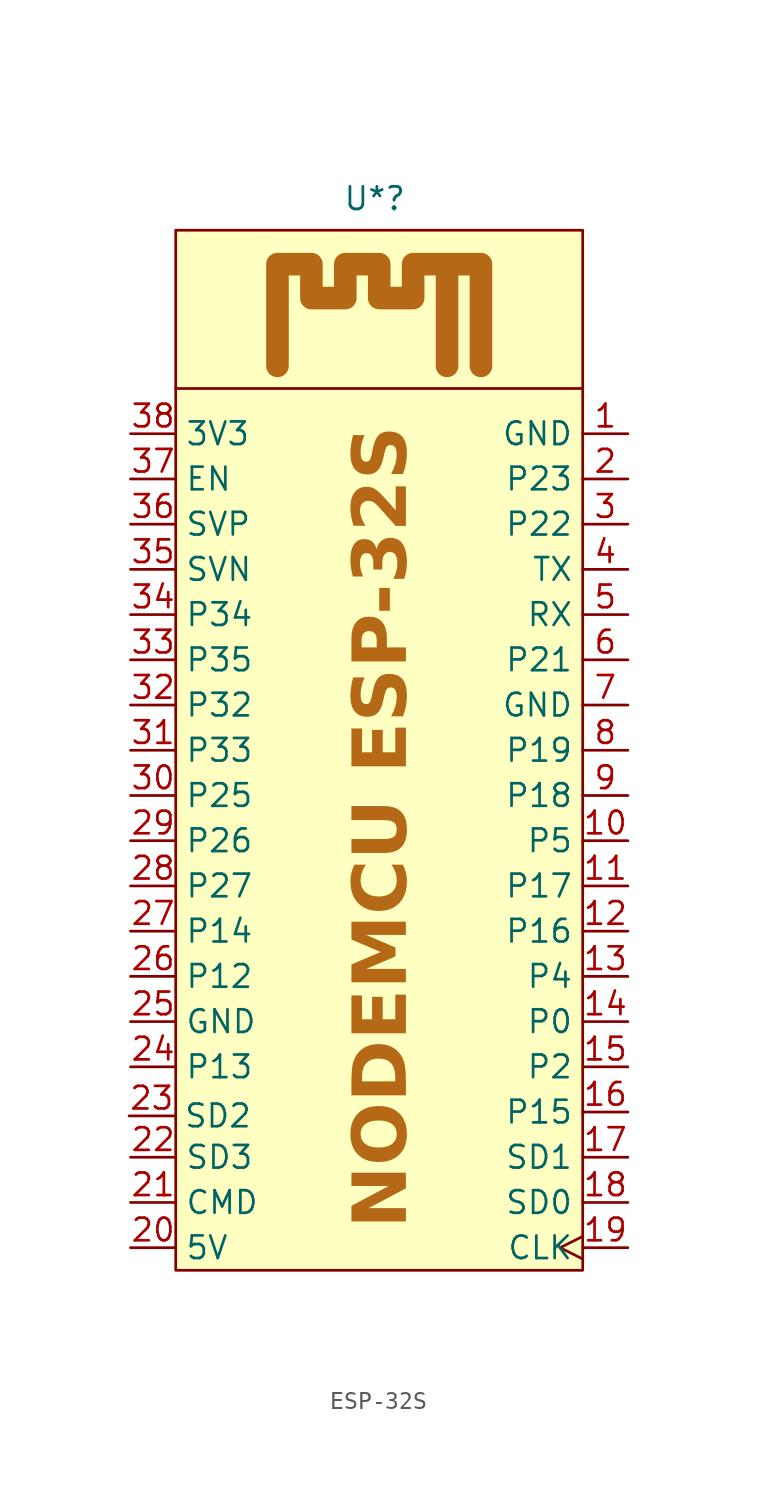
<source format=kicad_sym>
(kicad_symbol_lib
  (version 20231120)
  (generator "kicad_symbol_editor")
  (generator_version "8.0")
  (symbol "ESP-32S"
    (property "Reference" "U*"
      (at 11.176 60.198 0)
      (effects (font (size 1.27 1.27))))
    (property "Value" ""
      (at 0 0 0)
      (effects (font (size 1.27 1.27))))
    (symbol "ESP-32S_1_1"
      (polyline (pts (xy 0 49.53) (xy 22.86 49.53)) (stroke (width 0) (type default)) (fill (type none)))
      (polyline (pts (xy 17.145 50.8) (xy 17.145 56.515) (xy 15.24 56.515) (xy 15.24 50.8) (xy 15.24 56.515) (xy 13.335 56.515) (xy 13.335 54.61) (xy 11.43 54.61) (xy 11.43 56.515) (xy 9.525 56.515) (xy 9.525 54.61) (xy 7.62 54.61) (xy 7.62 56.515) (xy 5.715 56.515) (xy 5.715 50.8)) (stroke (width 1.27) (type default) (color 181 105 23 1)) (fill (type none)))
      (rectangle (start 0 58.42) (end 22.86 0) (stroke (width 0) (type default)) (fill (type background)))
      (text "NODEMCU ESP-32S\n" (at 11.684 24.892 900) (effects (font (face "Arial Rounded MT Bold") (size 3 3) (bold yes) (color 181 105 23 1))))
      (pin power_in line (at 25.4 46.99 180) (length 2.54) (name "GND" (effects (font (size 1.27 1.27)))) (number "1" (effects (font (size 1.27 1.27)))))
      (pin bidirectional line (at 25.4 24.13 180) (length 2.54) (name "P5" (effects (font (size 1.27 1.27)))) (number "10" (effects (font (size 1.27 1.27)))))
      (pin bidirectional line (at 25.4 21.59 180) (length 2.54) (name "P17" (effects (font (size 1.27 1.27)))) (number "11" (effects (font (size 1.27 1.27)))))
      (pin bidirectional line (at 25.4 19.05 180) (length 2.54) (name "P16" (effects (font (size 1.27 1.27)))) (number "12" (effects (font (size 1.27 1.27)))))
      (pin bidirectional line (at 25.4 16.51 180) (length 2.54) (name "P4" (effects (font (size 1.27 1.27)))) (number "13" (effects (font (size 1.27 1.27)))))
      (pin bidirectional line (at 25.4 13.97 180) (length 2.54) (name "P0" (effects (font (size 1.27 1.27)))) (number "14" (effects (font (size 1.27 1.27)))))
      (pin bidirectional line (at 25.4 11.43 180) (length 2.54) (name "P2" (effects (font (size 1.27 1.27)))) (number "15" (effects (font (size 1.27 1.27)))))
      (pin bidirectional line (at 25.4 8.89 180) (length 2.54) (name "P15" (effects (font (size 1.27 1.27)))) (number "16" (effects (font (size 1.27 1.27)))))
      (pin bidirectional line (at 25.4 6.35 180) (length 2.54) (name "SD1" (effects (font (size 1.27 1.27)))) (number "17" (effects (font (size 1.27 1.27)))))
      (pin bidirectional line (at 25.4 3.81 180) (length 2.54) (name "SD0" (effects (font (size 1.27 1.27)))) (number "18" (effects (font (size 1.27 1.27)))))
      (pin input clock (at 25.4 1.27 180) (length 2.54) (name "CLK" (effects (font (size 1.27 1.27)))) (number "19" (effects (font (size 1.27 1.27)))))
      (pin bidirectional line (at 25.4 44.45 180) (length 2.54) (name "P23" (effects (font (size 1.27 1.27)))) (number "2" (effects (font (size 1.27 1.27)))))
      (pin power_out line (at -2.54 1.27 0) (length 2.54) (name "5V" (effects (font (size 1.27 1.27)))) (number "20" (effects (font (size 1.27 1.27)))))
      (pin bidirectional line (at -2.54 3.81 0) (length 2.54) (name "CMD" (effects (font (size 1.27 1.27)))) (number "21" (effects (font (size 1.27 1.27)))))
      (pin bidirectional line (at -2.54 6.35 0) (length 2.54) (name "SD3" (effects (font (size 1.27 1.27)))) (number "22" (effects (font (size 1.27 1.27)))))
      (pin bidirectional line (at -2.62 8.674 0) (length 2.54) (name "SD2" (effects (font (size 1.27 1.27)))) (number "23" (effects (font (size 1.27 1.27)))))
      (pin bidirectional line (at -2.54 11.43 0) (length 2.54) (name "P13" (effects (font (size 1.27 1.27)))) (number "24" (effects (font (size 1.27 1.27)))))
      (pin power_in line (at -2.54 13.97 0) (length 2.54) (name "GND" (effects (font (size 1.27 1.27)))) (number "25" (effects (font (size 1.27 1.27)))))
      (pin bidirectional line (at -2.54 16.51 0) (length 2.54) (name "P12" (effects (font (size 1.27 1.27)))) (number "26" (effects (font (size 1.27 1.27)))))
      (pin bidirectional line (at -2.54 19.05 0) (length 2.54) (name "P14" (effects (font (size 1.27 1.27)))) (number "27" (effects (font (size 1.27 1.27)))))
      (pin bidirectional line (at -2.54 21.59 0) (length 2.54) (name "P27" (effects (font (size 1.27 1.27)))) (number "28" (effects (font (size 1.27 1.27)))))
      (pin bidirectional line (at -2.54 24.13 0) (length 2.54) (name "P26" (effects (font (size 1.27 1.27)))) (number "29" (effects (font (size 1.27 1.27)))))
      (pin bidirectional line (at 25.4 41.91 180) (length 2.54) (name "P22" (effects (font (size 1.27 1.27)))) (number "3" (effects (font (size 1.27 1.27)))))
      (pin bidirectional line (at -2.54 26.67 0) (length 2.54) (name "P25" (effects (font (size 1.27 1.27)))) (number "30" (effects (font (size 1.27 1.27)))))
      (pin bidirectional line (at -2.54 29.21 0) (length 2.54) (name "P33" (effects (font (size 1.27 1.27)))) (number "31" (effects (font (size 1.27 1.27)))))
      (pin bidirectional line (at -2.54 31.75 0) (length 2.54) (name "P32" (effects (font (size 1.27 1.27)))) (number "32" (effects (font (size 1.27 1.27)))))
      (pin bidirectional line (at -2.54 34.29 0) (length 2.54) (name "P35" (effects (font (size 1.27 1.27)))) (number "33" (effects (font (size 1.27 1.27)))))
      (pin bidirectional line (at -2.54 36.83 0) (length 2.54) (name "P34" (effects (font (size 1.27 1.27)))) (number "34" (effects (font (size 1.27 1.27)))))
      (pin bidirectional line (at -2.54 39.37 0) (length 2.54) (name "SVN" (effects (font (size 1.27 1.27)))) (number "35" (effects (font (size 1.27 1.27)))))
      (pin bidirectional line (at -2.54 41.91 0) (length 2.54) (name "SVP" (effects (font (size 1.27 1.27)))) (number "36" (effects (font (size 1.27 1.27)))))
      (pin bidirectional line (at -2.54 44.45 0) (length 2.54) (name "EN" (effects (font (size 1.27 1.27)))) (number "37" (effects (font (size 1.27 1.27)))))
      (pin power_out line (at -2.54 46.99 0) (length 2.54) (name "3V3" (effects (font (size 1.27 1.27)))) (number "38" (effects (font (size 1.27 1.27)))))
      (pin output line (at 25.4 39.37 180) (length 2.54) (name "TX" (effects (font (size 1.27 1.27)))) (number "4" (effects (font (size 1.27 1.27)))))
      (pin input line (at 25.4 36.83 180) (length 2.54) (name "RX" (effects (font (size 1.27 1.27)))) (number "5" (effects (font (size 1.27 1.27)))))
      (pin bidirectional line (at 25.4 34.29 180) (length 2.54) (name "P21" (effects (font (size 1.27 1.27)))) (number "6" (effects (font (size 1.27 1.27)))))
      (pin power_in line (at 25.4 31.75 180) (length 2.54) (name "GND" (effects (font (size 1.27 1.27)))) (number "7" (effects (font (size 1.27 1.27)))))
      (pin bidirectional line (at 25.4 29.21 180) (length 2.54) (name "P19" (effects (font (size 1.27 1.27)))) (number "8" (effects (font (size 1.27 1.27)))))
      (pin bidirectional line (at 25.4 26.67 180) (length 2.54) (name "P18" (effects (font (size 1.27 1.27)))) (number "9" (effects (font (size 1.27 1.27))))))))
</source>
